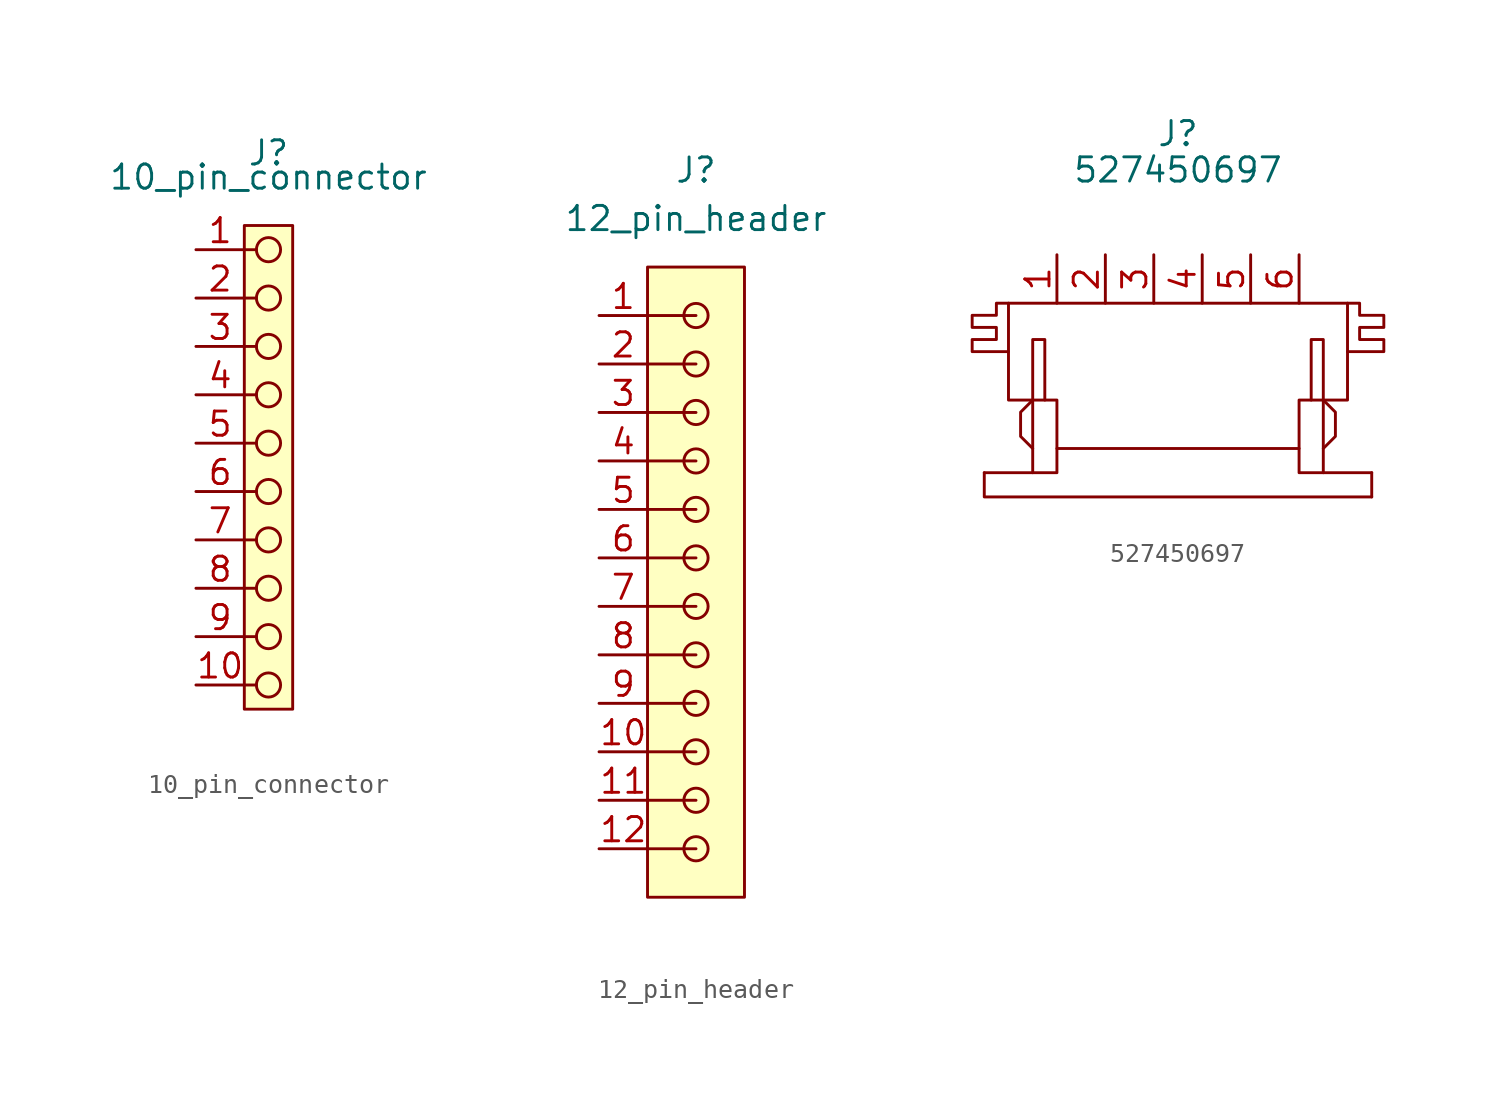
<source format=kicad_sym>
(kicad_symbol_lib
  (version 20211014)
  (generator kicad_symbol_editor)
  (symbol "10_pin_connector"
    (pin_names
      (offset 1.016))
    (property "Reference" "J"
      (at 0 1.27 0)
      (effects (font (size 1.27 1.27))))
    (property "Value" "10_pin_connector"
      (at 0 0 0)
      (effects (font (size 1.27 1.27))))
    (symbol "10_pin_connector_0_1"
      (rectangle (start -1.27 -2.54) (end 1.27 -27.94) (stroke (width 0) (type default) (color 0 0 0 0)) (fill (type background)))
      (circle (center 0 -26.67) (radius 0.635) (stroke (width 0) (type default) (color 0 0 0 0)) (fill (type none)))
      (circle (center 0 -24.13) (radius 0.635) (stroke (width 0) (type default) (color 0 0 0 0)) (fill (type none)))
      (circle (center 0 -21.59) (radius 0.635) (stroke (width 0) (type default) (color 0 0 0 0)) (fill (type none)))
      (circle (center 0 -19.05) (radius 0.635) (stroke (width 0) (type default) (color 0 0 0 0)) (fill (type none)))
      (circle (center 0 -16.51) (radius 0.635) (stroke (width 0) (type default) (color 0 0 0 0)) (fill (type none)))
      (circle (center 0 -13.97) (radius 0.635) (stroke (width 0) (type default) (color 0 0 0 0)) (fill (type none)))
      (circle (center 0 -11.43) (radius 0.635) (stroke (width 0) (type default) (color 0 0 0 0)) (fill (type none)))
      (circle (center 0 -8.89) (radius 0.635) (stroke (width 0) (type default) (color 0 0 0 0)) (fill (type none)))
      (circle (center 0 -6.35) (radius 0.635) (stroke (width 0) (type default) (color 0 0 0 0)) (fill (type none)))
      (circle (center 0 -3.81) (radius 0.635) (stroke (width 0) (type default) (color 0 0 0 0)) (fill (type none)))
      (polyline (pts (xy -1.27 -26.67) (xy -0.635 -26.67)) (stroke (width 0) (type default) (color 0 0 0 0)) (fill (type none)))
      (polyline (pts (xy -0.635 -24.13) (xy -1.27 -24.13)) (stroke (width 0) (type default) (color 0 0 0 0)) (fill (type none)))
      (polyline (pts (xy -0.635 -21.59) (xy -1.27 -21.59)) (stroke (width 0) (type default) (color 0 0 0 0)) (fill (type none)))
      (polyline (pts (xy -0.635 -19.05) (xy -1.27 -19.05)) (stroke (width 0) (type default) (color 0 0 0 0)) (fill (type none)))
      (polyline (pts (xy -0.635 -16.51) (xy -1.27 -16.51)) (stroke (width 0) (type default) (color 0 0 0 0)) (fill (type none)))
      (polyline (pts (xy -0.635 -13.97) (xy -1.27 -13.97)) (stroke (width 0) (type default) (color 0 0 0 0)) (fill (type none)))
      (polyline (pts (xy -0.635 -11.43) (xy -1.27 -11.43)) (stroke (width 0) (type default) (color 0 0 0 0)) (fill (type none)))
      (polyline (pts (xy -0.635 -8.89) (xy -1.27 -8.89)) (stroke (width 0) (type default) (color 0 0 0 0)) (fill (type none)))
      (polyline (pts (xy -0.635 -6.35) (xy -1.27 -6.35)) (stroke (width 0) (type default) (color 0 0 0 0)) (fill (type none)))
      (polyline (pts (xy -0.635 -3.81) (xy -1.27 -3.81)) (stroke (width 0) (type default) (color 0 0 0 0)) (fill (type none))))
    (symbol "10_pin_connector_1_1"
      (pin input line (at -3.81 -3.81 0) (length 2.54) (name "~" (effects (font (size 1.27 1.27)))) (number "1" (effects (font (size 1.27 1.27)))))
      (pin input line (at -3.81 -26.67 0) (length 2.54) (name "~" (effects (font (size 1.27 1.27)))) (number "10" (effects (font (size 1.27 1.27)))))
      (pin input line (at -3.81 -6.35 0) (length 2.54) (name "~" (effects (font (size 1.27 1.27)))) (number "2" (effects (font (size 1.27 1.27)))))
      (pin input line (at -3.81 -8.89 0) (length 2.54) (name "~" (effects (font (size 1.27 1.27)))) (number "3" (effects (font (size 1.27 1.27)))))
      (pin input line (at -3.81 -11.43 0) (length 2.54) (name "~" (effects (font (size 1.27 1.27)))) (number "4" (effects (font (size 1.27 1.27)))))
      (pin input line (at -3.81 -13.97 0) (length 2.54) (name "~" (effects (font (size 1.27 1.27)))) (number "5" (effects (font (size 1.27 1.27)))))
      (pin input line (at -3.81 -16.51 0) (length 2.54) (name "~" (effects (font (size 1.27 1.27)))) (number "6" (effects (font (size 1.27 1.27)))))
      (pin input line (at -3.81 -19.05 0) (length 2.54) (name "~" (effects (font (size 1.27 1.27)))) (number "7" (effects (font (size 1.27 1.27)))))
      (pin input line (at -3.81 -21.59 0) (length 2.54) (name "~" (effects (font (size 1.27 1.27)))) (number "8" (effects (font (size 1.27 1.27)))))
      (pin input line (at -3.81 -24.13 0) (length 2.54) (name "~" (effects (font (size 1.27 1.27)))) (number "9" (effects (font (size 1.27 1.27)))))))
  (symbol "12_pin_header"
    (pin_names
      (offset 1.016))
    (property "Reference" "J"
      (at 0 2.54 0)
      (effects (font (size 1.27 1.27))))
    (property "Value" "12_pin_header"
      (at 0 0 0)
      (effects (font (size 1.27 1.27))))
    (symbol "12_pin_header_0_1"
      (rectangle (start -2.54 -2.54) (end 2.54 -35.56) (stroke (width 0) (type default) (color 0 0 0 0)) (fill (type background)))
      (circle (center 0 -33.02) (radius 0.635) (stroke (width 0) (type default) (color 0 0 0 0)) (fill (type none)))
      (circle (center 0 -30.48) (radius 0.635) (stroke (width 0) (type default) (color 0 0 0 0)) (fill (type none)))
      (circle (center 0 -27.94) (radius 0.635) (stroke (width 0) (type default) (color 0 0 0 0)) (fill (type none)))
      (circle (center 0 -25.4) (radius 0.635) (stroke (width 0) (type default) (color 0 0 0 0)) (fill (type none)))
      (circle (center 0 -22.86) (radius 0.635) (stroke (width 0) (type default) (color 0 0 0 0)) (fill (type none)))
      (circle (center 0 -20.32) (radius 0.635) (stroke (width 0) (type default) (color 0 0 0 0)) (fill (type none)))
      (circle (center 0 -17.78) (radius 0.635) (stroke (width 0) (type default) (color 0 0 0 0)) (fill (type none)))
      (circle (center 0 -15.24) (radius 0.635) (stroke (width 0) (type default) (color 0 0 0 0)) (fill (type none)))
      (circle (center 0 -12.7) (radius 0.635) (stroke (width 0) (type default) (color 0 0 0 0)) (fill (type none)))
      (circle (center 0 -10.16) (radius 0.635) (stroke (width 0) (type default) (color 0 0 0 0)) (fill (type none)))
      (circle (center 0 -7.62) (radius 0.635) (stroke (width 0) (type default) (color 0 0 0 0)) (fill (type none)))
      (circle (center 0 -5.08) (radius 0.635) (stroke (width 0) (type default) (color 0 0 0 0)) (fill (type none)))
      (polyline (pts (xy -2.54 -33.02) (xy 0 -33.02)) (stroke (width 0) (type default) (color 0 0 0 0)) (fill (type none)))
      (polyline (pts (xy -2.54 -30.48) (xy 0 -30.48)) (stroke (width 0) (type default) (color 0 0 0 0)) (fill (type none)))
      (polyline (pts (xy -2.54 -27.94) (xy 0 -27.94)) (stroke (width 0) (type default) (color 0 0 0 0)) (fill (type none)))
      (polyline (pts (xy -2.54 -25.4) (xy 0 -25.4)) (stroke (width 0) (type default) (color 0 0 0 0)) (fill (type none)))
      (polyline (pts (xy -2.54 -22.86) (xy 0 -22.86)) (stroke (width 0) (type default) (color 0 0 0 0)) (fill (type none)))
      (polyline (pts (xy -2.54 -20.32) (xy 0 -20.32)) (stroke (width 0) (type default) (color 0 0 0 0)) (fill (type none)))
      (polyline (pts (xy -2.54 -17.78) (xy 0 -17.78)) (stroke (width 0) (type default) (color 0 0 0 0)) (fill (type none)))
      (polyline (pts (xy -2.54 -15.24) (xy 0 -15.24)) (stroke (width 0) (type default) (color 0 0 0 0)) (fill (type none)))
      (polyline (pts (xy -2.54 -12.7) (xy 0 -12.7)) (stroke (width 0) (type default) (color 0 0 0 0)) (fill (type none)))
      (polyline (pts (xy -2.54 -10.16) (xy 0 -10.16)) (stroke (width 0) (type default) (color 0 0 0 0)) (fill (type none)))
      (polyline (pts (xy -2.54 -7.62) (xy 0 -7.62)) (stroke (width 0) (type default) (color 0 0 0 0)) (fill (type none)))
      (polyline (pts (xy -2.54 -5.08) (xy 0 -5.08)) (stroke (width 0) (type default) (color 0 0 0 0)) (fill (type none))))
    (symbol "12_pin_header_1_1"
      (pin input line (at -5.08 -5.08 0) (length 2.54) (name "~" (effects (font (size 1.27 1.27)))) (number "1" (effects (font (size 1.27 1.27)))))
      (pin input line (at -5.08 -27.94 0) (length 2.54) (name "~" (effects (font (size 1.27 1.27)))) (number "10" (effects (font (size 1.27 1.27)))))
      (pin input line (at -5.08 -30.48 0) (length 2.54) (name "~" (effects (font (size 1.27 1.27)))) (number "11" (effects (font (size 1.27 1.27)))))
      (pin input line (at -5.08 -33.02 0) (length 2.54) (name "~" (effects (font (size 1.27 1.27)))) (number "12" (effects (font (size 1.27 1.27)))))
      (pin input line (at -5.08 -7.62 0) (length 2.54) (name "~" (effects (font (size 1.27 1.27)))) (number "2" (effects (font (size 1.27 1.27)))))
      (pin input line (at -5.08 -10.16 0) (length 2.54) (name "~" (effects (font (size 1.27 1.27)))) (number "3" (effects (font (size 1.27 1.27)))))
      (pin input line (at -5.08 -12.7 0) (length 2.54) (name "~" (effects (font (size 1.27 1.27)))) (number "4" (effects (font (size 1.27 1.27)))))
      (pin input line (at -5.08 -15.24 0) (length 2.54) (name "~" (effects (font (size 1.27 1.27)))) (number "5" (effects (font (size 1.27 1.27)))))
      (pin input line (at -5.08 -17.78 0) (length 2.54) (name "~" (effects (font (size 1.27 1.27)))) (number "6" (effects (font (size 1.27 1.27)))))
      (pin input line (at -5.08 -20.32 0) (length 2.54) (name "~" (effects (font (size 1.27 1.27)))) (number "7" (effects (font (size 1.27 1.27)))))
      (pin input line (at -5.08 -22.86 0) (length 2.54) (name "~" (effects (font (size 1.27 1.27)))) (number "8" (effects (font (size 1.27 1.27)))))
      (pin input line (at -5.08 -25.4 0) (length 2.54) (name "~" (effects (font (size 1.27 1.27)))) (number "9" (effects (font (size 1.27 1.27)))))))
  (symbol "527450697"
    (pin_names
      (offset 1.016))
    (property "Reference" "J"
      (at 0 3.81 0)
      (effects (font (size 1.27 1.27))))
    (property "Value" "527450697"
      (at 0 1.905 0)
      (effects (font (size 1.27 1.27))))
    (symbol "527450697_0_1"
      (polyline (pts (xy -7.62 -10.16) (xy -7.62 -13.97)) (stroke (width 0) (type default) (color 0 0 0 0)) (fill (type none)))
      (polyline (pts (xy 7.62 -10.16) (xy 7.62 -13.97)) (stroke (width 0) (type default) (color 0 0 0 0)) (fill (type none)))
      (polyline (pts (xy 10.16 -13.97) (xy 10.16 -15.24)) (stroke (width 0) (type default) (color 0 0 0 0)) (fill (type none)))
      (polyline (pts (xy -10.16 -13.97) (xy -10.16 -15.24) (xy 10.16 -15.24)) (stroke (width 0) (type default) (color 0 0 0 0)) (fill (type none)))
      (polyline (pts (xy -10.16 -13.97) (xy -6.35 -13.97) (xy -6.35 -12.7)) (stroke (width 0) (type default) (color 0 0 0 0)) (fill (type none)))
      (polyline (pts (xy 6.35 -12.7) (xy 6.35 -13.97) (xy 10.16 -13.97)) (stroke (width 0) (type default) (color 0 0 0 0)) (fill (type none)))
      (polyline (pts (xy -7.62 -10.16) (xy -8.255 -10.795) (xy -8.255 -12.065) (xy -7.62 -12.7)) (stroke (width 0) (type default) (color 0 0 0 0)) (fill (type none)))
      (polyline (pts (xy -7.62 -10.16) (xy -7.62 -6.985) (xy -6.985 -6.985) (xy -6.985 -10.16)) (stroke (width 0) (type default) (color 0 0 0 0)) (fill (type none)))
      (polyline (pts (xy 7.62 -10.16) (xy 7.62 -6.985) (xy 6.985 -6.985) (xy 6.985 -10.16)) (stroke (width 0) (type default) (color 0 0 0 0)) (fill (type none)))
      (polyline (pts (xy 7.62 -10.16) (xy 8.255 -10.795) (xy 8.255 -12.065) (xy 7.62 -12.7)) (stroke (width 0) (type default) (color 0 0 0 0)) (fill (type none)))
      (polyline (pts (xy -8.89 -5.08) (xy -9.525 -5.08) (xy -9.525 -5.715) (xy -10.795 -5.715) (xy -10.795 -6.35) (xy -9.525 -6.35) (xy -9.525 -6.985) (xy -10.795 -6.985) (xy -10.795 -7.62) (xy -8.89 -7.62)) (stroke (width 0) (type default) (color 0 0 0 0)) (fill (type none)))
      (polyline (pts (xy -8.89 -5.08) (xy 0 -5.08) (xy 8.89 -5.08) (xy 8.89 -10.16) (xy 6.35 -10.16) (xy 6.35 -12.7) (xy -6.35 -12.7) (xy -6.35 -10.16) (xy -8.89 -10.16) (xy -8.89 -5.08)) (stroke (width 0) (type default) (color 0 0 0 0)) (fill (type none)))
      (polyline (pts (xy 8.89 -5.08) (xy 9.525 -5.08) (xy 9.525 -5.715) (xy 10.795 -5.715) (xy 10.795 -6.35) (xy 9.525 -6.35) (xy 9.525 -6.985) (xy 10.795 -6.985) (xy 10.795 -7.62) (xy 8.89 -7.62)) (stroke (width 0) (type default) (color 0 0 0 0)) (fill (type none))))
    (symbol "527450697_1_1"
      (pin input line (at -6.35 -2.54 270) (length 2.54) (name "~" (effects (font (size 1.27 1.27)))) (number "1" (effects (font (size 1.27 1.27)))))
      (pin input line (at -3.81 -2.54 270) (length 2.54) (name "~" (effects (font (size 1.27 1.27)))) (number "2" (effects (font (size 1.27 1.27)))))
      (pin input line (at -1.27 -2.54 270) (length 2.54) (name "~" (effects (font (size 1.27 1.27)))) (number "3" (effects (font (size 1.27 1.27)))))
      (pin input line (at 1.27 -2.54 270) (length 2.54) (name "~" (effects (font (size 1.27 1.27)))) (number "4" (effects (font (size 1.27 1.27)))))
      (pin input line (at 3.81 -2.54 270) (length 2.54) (name "~" (effects (font (size 1.27 1.27)))) (number "5" (effects (font (size 1.27 1.27)))))
      (pin input line (at 6.35 -2.54 270) (length 2.54) (name "~" (effects (font (size 1.27 1.27)))) (number "6" (effects (font (size 1.27 1.27))))))))
</source>
